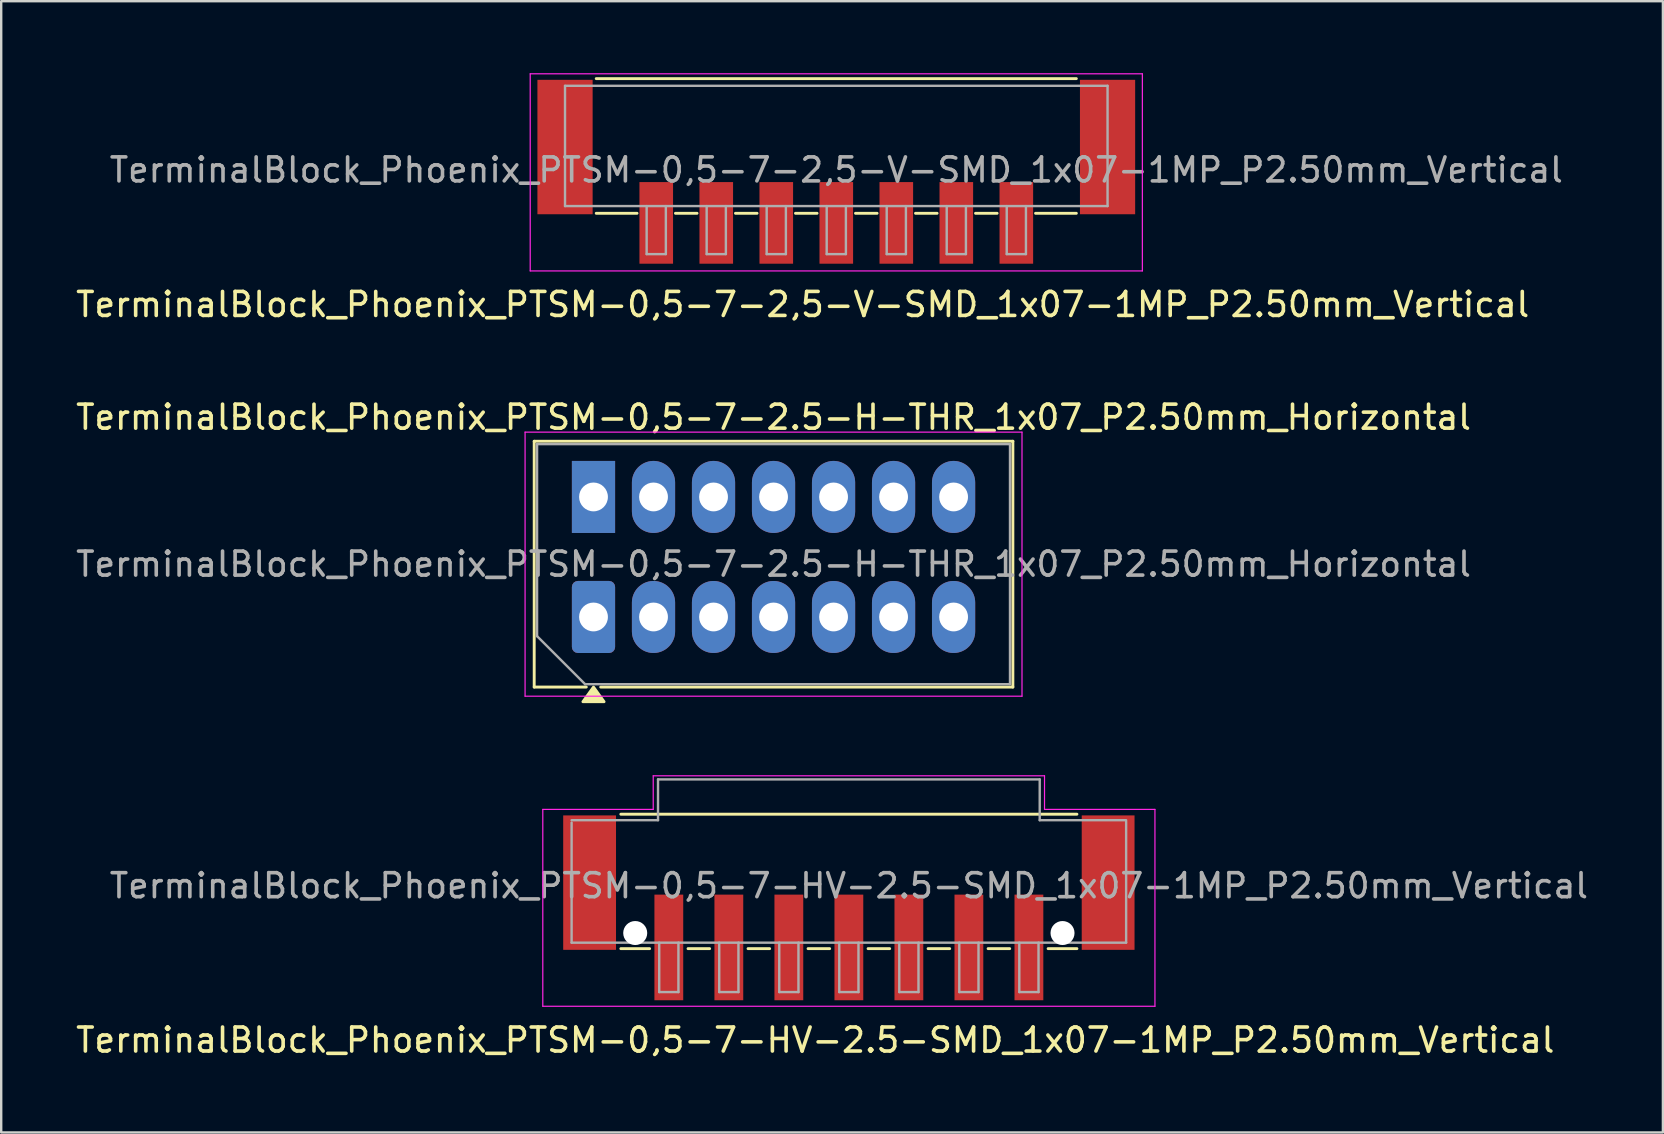
<source format=kicad_pcb>
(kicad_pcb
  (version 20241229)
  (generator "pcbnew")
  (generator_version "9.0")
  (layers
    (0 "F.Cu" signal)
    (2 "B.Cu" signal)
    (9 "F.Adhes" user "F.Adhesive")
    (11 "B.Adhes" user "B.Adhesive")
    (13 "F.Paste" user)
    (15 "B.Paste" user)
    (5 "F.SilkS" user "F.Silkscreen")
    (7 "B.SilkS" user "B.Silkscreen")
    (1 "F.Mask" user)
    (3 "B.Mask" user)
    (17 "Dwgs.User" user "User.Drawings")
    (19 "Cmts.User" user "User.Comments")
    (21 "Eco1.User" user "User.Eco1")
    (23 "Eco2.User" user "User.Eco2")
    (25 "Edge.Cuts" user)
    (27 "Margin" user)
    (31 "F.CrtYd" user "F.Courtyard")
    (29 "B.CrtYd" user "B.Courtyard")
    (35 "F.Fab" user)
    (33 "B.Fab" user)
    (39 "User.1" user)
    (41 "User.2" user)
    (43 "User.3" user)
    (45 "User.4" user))
  (footprint "TerminalBlock_Phoenix_PTSM-0,5-7-2,5-V-SMD_1x07-1MP_P2.50mm_Vertical"
    (layer "F.Cu")
    (at 31.787 4.105)
    (property "Reference" "TerminalBlock_Phoenix_PTSM-0,5-7-2,5-V-SMD_1x07-1MP_P2.50mm_Vertical" (at -1.4 5.53 0) (layer "F.SilkS") (effects (font (size 1 1) (thickness 0.15))))
    (attr smd)
    (fp_line (start -10 -3.88) (end 10 -3.88) (stroke (width 0.12) (type solid)) (layer "F.SilkS"))
    (fp_line (start -8.3 1.73) (end -10 1.73) (stroke (width 0.12) (type solid)) (layer "F.SilkS"))
    (fp_line (start -5.8 1.73) (end -6.7 1.73) (stroke (width 0.12) (type solid)) (layer "F.SilkS"))
    (fp_line (start -3.3 1.73) (end -4.2 1.73) (stroke (width 0.12) (type solid)) (layer "F.SilkS"))
    (fp_line (start -0.8 1.73) (end -1.7 1.73) (stroke (width 0.12) (type solid)) (layer "F.SilkS"))
    (fp_line (start 1.7 1.73) (end 0.8 1.73) (stroke (width 0.12) (type solid)) (layer "F.SilkS"))
    (fp_line (start 4.2 1.73) (end 3.3 1.73) (stroke (width 0.12) (type solid)) (layer "F.SilkS"))
    (fp_line (start 6.7 1.73) (end 5.8 1.73) (stroke (width 0.12) (type solid)) (layer "F.SilkS"))
    (fp_line (start 10 1.73) (end 8.3 1.73) (stroke (width 0.12) (type solid)) (layer "F.SilkS"))
    (fp_line (start -12.75 -4.08) (end 12.75 -4.08) (stroke (width 0.05) (type solid)) (layer "F.CrtYd"))
    (fp_line (start -12.75 4.13) (end -12.75 -4.08) (stroke (width 0.05) (type solid)) (layer "F.CrtYd"))
    (fp_line (start 12.75 -4.08) (end 12.75 4.13) (stroke (width 0.05) (type solid)) (layer "F.CrtYd"))
    (fp_line (start 12.75 4.13) (end -12.75 4.13) (stroke (width 0.05) (type solid)) (layer "F.CrtYd"))
    (fp_line (start -11.3 -3.58) (end 11.3 -3.58) (stroke (width 0.1) (type solid)) (layer "F.Fab"))
    (fp_line (start -11.3 1.43) (end -11.3 -3.58) (stroke (width 0.1) (type solid)) (layer "F.Fab"))
    (fp_line (start -7.9 1.43) (end -7.9 3.43) (stroke (width 0.1) (type solid)) (layer "F.Fab"))
    (fp_line (start -7.9 3.43) (end -7.1 3.43) (stroke (width 0.1) (type solid)) (layer "F.Fab"))
    (fp_line (start -7.1 1.43) (end -7.1 3.43) (stroke (width 0.1) (type solid)) (layer "F.Fab"))
    (fp_line (start -5.4 1.43) (end -5.4 3.43) (stroke (width 0.1) (type solid)) (layer "F.Fab"))
    (fp_line (start -5.4 3.43) (end -4.6 3.43) (stroke (width 0.1) (type solid)) (layer "F.Fab"))
    (fp_line (start -4.6 1.43) (end -4.6 3.43) (stroke (width 0.1) (type solid)) (layer "F.Fab"))
    (fp_line (start -2.9 1.43) (end -2.9 3.43) (stroke (width 0.1) (type solid)) (layer "F.Fab"))
    (fp_line (start -2.9 3.43) (end -2.1 3.43) (stroke (width 0.1) (type solid)) (layer "F.Fab"))
    (fp_line (start -2.1 1.43) (end -2.1 3.43) (stroke (width 0.1) (type solid)) (layer "F.Fab"))
    (fp_line (start -0.4 1.43) (end -0.4 3.43) (stroke (width 0.1) (type solid)) (layer "F.Fab"))
    (fp_line (start -0.4 3.43) (end 0.4 3.43) (stroke (width 0.1) (type solid)) (layer "F.Fab"))
    (fp_line (start 0.4 1.43) (end 0.4 3.43) (stroke (width 0.1) (type solid)) (layer "F.Fab"))
    (fp_line (start 2.1 1.43) (end 2.1 3.43) (stroke (width 0.1) (type solid)) (layer "F.Fab"))
    (fp_line (start 2.1 3.43) (end 2.9 3.43) (stroke (width 0.1) (type solid)) (layer "F.Fab"))
    (fp_line (start 2.9 1.43) (end 2.9 3.43) (stroke (width 0.1) (type solid)) (layer "F.Fab"))
    (fp_line (start 4.6 1.43) (end 4.6 3.43) (stroke (width 0.1) (type solid)) (layer "F.Fab"))
    (fp_line (start 4.6 3.43) (end 5.4 3.43) (stroke (width 0.1) (type solid)) (layer "F.Fab"))
    (fp_line (start 5.4 1.43) (end 5.4 3.43) (stroke (width 0.1) (type solid)) (layer "F.Fab"))
    (fp_line (start 7.1 1.43) (end 7.1 3.43) (stroke (width 0.1) (type solid)) (layer "F.Fab"))
    (fp_line (start 7.1 3.43) (end 7.9 3.43) (stroke (width 0.1) (type solid)) (layer "F.Fab"))
    (fp_line (start 7.9 1.43) (end 7.9 3.43) (stroke (width 0.1) (type solid)) (layer "F.Fab"))
    (fp_line (start 11.3 1.43) (end -11.3 1.43) (stroke (width 0.1) (type solid)) (layer "F.Fab"))
    (fp_line (start 11.3 1.43) (end 11.3 -3.58) (stroke (width 0.1) (type solid)) (layer "F.Fab"))
    (fp_text user "${REFERENCE}" (at 0 -0.075 0) (layer "F.Fab") (effects (font (size 1 1) (thickness 0.15))))
    (pad "1" smd rect (at -7.5 2.13 180) (size 1.4 3.4) (layers "F.Cu" "F.Mask" "F.Paste"))
    (pad "2" smd rect (at -5 2.13 180) (size 1.4 3.4) (layers "F.Cu" "F.Mask" "F.Paste"))
    (pad "3" smd rect (at -2.5 2.13 180) (size 1.4 3.4) (layers "F.Cu" "F.Mask" "F.Paste"))
    (pad "4" smd rect (at 0 2.13 180) (size 1.4 3.4) (layers "F.Cu" "F.Mask" "F.Paste"))
    (pad "5" smd rect (at 2.5 2.13 180) (size 1.4 3.4) (layers "F.Cu" "F.Mask" "F.Paste"))
    (pad "6" smd rect (at 5 2.13 180) (size 1.4 3.4) (layers "F.Cu" "F.Mask" "F.Paste"))
    (pad "7" smd rect (at 7.5 2.13 180) (size 1.4 3.4) (layers "F.Cu" "F.Mask" "F.Paste"))
    (pad "MP" smd rect (at -11.3 -1.03 180) (size 2.3 5.6) (layers "F.Cu" "F.Mask" "F.Paste"))
    (pad "MP" smd rect (at 11.3 -1.03 180) (size 2.3 5.6) (layers "F.Cu" "F.Mask" "F.Paste")))
  (footprint "TerminalBlock_Phoenix_PTSM-0,5-7-2.5-H-THR_1x07_P2.50mm_Horizontal"
    (layer "F.Cu")
    (at 21.673 22.651)
    (property "Reference" "TerminalBlock_Phoenix_PTSM-0,5-7-2.5-H-THR_1x07_P2.50mm_Horizontal" (at 7.5 -8.32 0) (layer "F.SilkS") (effects (font (size 1 1) (thickness 0.15))))
    (attr through_hole)
    (fp_line (start -2.47 -7.32) (end 17.47 -7.32) (stroke (width 0.12) (type solid)) (layer "F.SilkS"))
    (fp_line (start -2.47 2.92) (end -2.47 -7.32) (stroke (width 0.12) (type solid)) (layer "F.SilkS"))
    (fp_line (start -0.3 2.92) (end -2.47 2.92) (stroke (width 0.12) (type solid)) (layer "F.SilkS"))
    (fp_line (start 17.47 -7.32) (end 17.47 2.92) (stroke (width 0.12) (type solid)) (layer "F.SilkS"))
    (fp_line (start 17.47 2.92) (end 0.3 2.92) (stroke (width 0.12) (type solid)) (layer "F.SilkS"))
    (fp_poly (pts (xy 0 2.92) (xy 0.44 3.53) (xy -0.44 3.53)) (stroke (width 0.12) (type solid)) (fill yes) (layer "F.SilkS"))
    (fp_line (start -2.85 -7.7) (end -2.85 3.3) (stroke (width 0.05) (type solid)) (layer "F.CrtYd"))
    (fp_line (start -2.85 3.3) (end 17.85 3.3) (stroke (width 0.05) (type solid)) (layer "F.CrtYd"))
    (fp_line (start 17.85 -7.7) (end -2.85 -7.7) (stroke (width 0.05) (type solid)) (layer "F.CrtYd"))
    (fp_line (start 17.85 3.3) (end 17.85 -7.7) (stroke (width 0.05) (type solid)) (layer "F.CrtYd"))
    (fp_line (start -2.35 -7.2) (end 17.35 -7.2) (stroke (width 0.1) (type solid)) (layer "F.Fab"))
    (fp_line (start -2.35 0.8) (end -2.35 -7.2) (stroke (width 0.1) (type solid)) (layer "F.Fab"))
    (fp_line (start -0.35 2.8) (end -2.35 0.8) (stroke (width 0.1) (type solid)) (layer "F.Fab"))
    (fp_line (start 17.35 -7.2) (end 17.35 2.8) (stroke (width 0.1) (type solid)) (layer "F.Fab"))
    (fp_line (start 17.35 2.8) (end -0.35 2.8) (stroke (width 0.1) (type solid)) (layer "F.Fab"))
    (fp_text user "${REFERENCE}" (at 7.5 -2.2 0) (layer "F.Fab") (effects (font (size 1 1) (thickness 0.15))))
    (pad "1" thru_hole rect (at 0 -5) (size 1.8 3) (drill 1.2) (layers "*.Cu" "*.Mask"))
    (pad "1" thru_hole roundrect (at 0 0) (size 1.8 3) (drill 1.2) (layers "*.Cu" "*.Mask") (roundrect_rratio 0.139))
    (pad "2" thru_hole oval (at 2.5 -5) (size 1.8 3) (drill 1.2) (layers "*.Cu" "*.Mask"))
    (pad "2" thru_hole oval (at 2.5 0) (size 1.8 3) (drill 1.2) (layers "*.Cu" "*.Mask"))
    (pad "3" thru_hole oval (at 5 -5) (size 1.8 3) (drill 1.2) (layers "*.Cu" "*.Mask"))
    (pad "3" thru_hole oval (at 5 0) (size 1.8 3) (drill 1.2) (layers "*.Cu" "*.Mask"))
    (pad "4" thru_hole oval (at 7.5 -5) (size 1.8 3) (drill 1.2) (layers "*.Cu" "*.Mask"))
    (pad "4" thru_hole oval (at 7.5 0) (size 1.8 3) (drill 1.2) (layers "*.Cu" "*.Mask"))
    (pad "5" thru_hole oval (at 10 -5) (size 1.8 3) (drill 1.2) (layers "*.Cu" "*.Mask"))
    (pad "5" thru_hole oval (at 10 0) (size 1.8 3) (drill 1.2) (layers "*.Cu" "*.Mask"))
    (pad "6" thru_hole oval (at 12.5 -5) (size 1.8 3) (drill 1.2) (layers "*.Cu" "*.Mask"))
    (pad "6" thru_hole oval (at 12.5 0) (size 1.8 3) (drill 1.2) (layers "*.Cu" "*.Mask"))
    (pad "7" thru_hole oval (at 15 -5) (size 1.8 3) (drill 1.2) (layers "*.Cu" "*.Mask"))
    (pad "7" thru_hole oval (at 15 0) (size 1.8 3) (drill 1.2) (layers "*.Cu" "*.Mask")))
  (footprint "TerminalBlock_Phoenix_PTSM-0,5-7-HV-2.5-SMD_1x07-1MP_P2.50mm_Vertical"
    (layer "F.Cu")
    (at 32.311 34.767)
    (property "Reference" "TerminalBlock_Phoenix_PTSM-0,5-7-HV-2.5-SMD_1x07-1MP_P2.50mm_Vertical" (at -1.4 5.51 0) (layer "F.SilkS") (effects (font (size 1 1) (thickness 0.15))))
    (attr smd)
    (fp_line (start -9.5 -3.9) (end 9.5 -3.9) (stroke (width 0.12) (type solid)) (layer "F.SilkS"))
    (fp_line (start -8.3 1.7) (end -9.5 1.7) (stroke (width 0.12) (type solid)) (layer "F.SilkS"))
    (fp_line (start -5.8 1.7) (end -6.7 1.7) (stroke (width 0.12) (type solid)) (layer "F.SilkS"))
    (fp_line (start -3.3 1.7) (end -4.2 1.7) (stroke (width 0.12) (type solid)) (layer "F.SilkS"))
    (fp_line (start -0.8 1.7) (end -1.7 1.7) (stroke (width 0.12) (type solid)) (layer "F.SilkS"))
    (fp_line (start 1.7 1.7) (end 0.8 1.7) (stroke (width 0.12) (type solid)) (layer "F.SilkS"))
    (fp_line (start 4.2 1.7) (end 3.3 1.7) (stroke (width 0.12) (type solid)) (layer "F.SilkS"))
    (fp_line (start 6.7 1.7) (end 5.8 1.7) (stroke (width 0.12) (type solid)) (layer "F.SilkS"))
    (fp_line (start 9.5 1.7) (end 8.3 1.7) (stroke (width 0.12) (type solid)) (layer "F.SilkS"))
    (fp_line (start -12.75 -4.1) (end -8.15 -4.1) (stroke (width 0.05) (type solid)) (layer "F.CrtYd"))
    (fp_line (start -12.75 4.1) (end -12.75 -4.1) (stroke (width 0.05) (type solid)) (layer "F.CrtYd"))
    (fp_line (start -8.15 -5.5) (end 8.15 -5.5) (stroke (width 0.05) (type solid)) (layer "F.CrtYd"))
    (fp_line (start -8.15 -4.1) (end -8.15 -5.5) (stroke (width 0.05) (type solid)) (layer "F.CrtYd"))
    (fp_line (start 8.15 -4.1) (end 8.15 -5.5) (stroke (width 0.05) (type solid)) (layer "F.CrtYd"))
    (fp_line (start 12.75 -4.1) (end 8.15 -4.1) (stroke (width 0.05) (type solid)) (layer "F.CrtYd"))
    (fp_line (start 12.75 -4.1) (end 12.75 4.1) (stroke (width 0.05) (type solid)) (layer "F.CrtYd"))
    (fp_line (start 12.75 4.1) (end -12.75 4.1) (stroke (width 0.05) (type solid)) (layer "F.CrtYd"))
    (fp_line (start -11.55 -3.65) (end -7.95 -3.65) (stroke (width 0.1) (type solid)) (layer "F.Fab"))
    (fp_line (start -11.55 1.45) (end -11.55 -3.55) (stroke (width 0.1) (type solid)) (layer "F.Fab"))
    (fp_line (start -7.95 -5.35) (end 7.95 -5.35) (stroke (width 0.1) (type solid)) (layer "F.Fab"))
    (fp_line (start -7.95 -3.65) (end -7.95 -5.35) (stroke (width 0.1) (type solid)) (layer "F.Fab"))
    (fp_line (start -7.9 1.45) (end -7.9 3.51) (stroke (width 0.1) (type solid)) (layer "F.Fab"))
    (fp_line (start -7.9 3.51) (end -7.1 3.51) (stroke (width 0.1) (type solid)) (layer "F.Fab"))
    (fp_line (start -7.1 1.45) (end -7.1 3.51) (stroke (width 0.1) (type solid)) (layer "F.Fab"))
    (fp_line (start -5.4 1.45) (end -5.4 3.51) (stroke (width 0.1) (type solid)) (layer "F.Fab"))
    (fp_line (start -5.4 3.51) (end -4.6 3.51) (stroke (width 0.1) (type solid)) (layer "F.Fab"))
    (fp_line (start -4.6 1.45) (end -4.6 3.51) (stroke (width 0.1) (type solid)) (layer "F.Fab"))
    (fp_line (start -2.9 1.45) (end -2.9 3.51) (stroke (width 0.1) (type solid)) (layer "F.Fab"))
    (fp_line (start -2.9 3.51) (end -2.1 3.51) (stroke (width 0.1) (type solid)) (layer "F.Fab"))
    (fp_line (start -2.1 1.45) (end -2.1 3.51) (stroke (width 0.1) (type solid)) (layer "F.Fab"))
    (fp_line (start -0.4 1.45) (end -0.4 3.51) (stroke (width 0.1) (type solid)) (layer "F.Fab"))
    (fp_line (start -0.4 3.51) (end 0.4 3.51) (stroke (width 0.1) (type solid)) (layer "F.Fab"))
    (fp_line (start 0.4 1.45) (end 0.4 3.51) (stroke (width 0.1) (type solid)) (layer "F.Fab"))
    (fp_line (start 2.1 1.45) (end 2.1 3.51) (stroke (width 0.1) (type solid)) (layer "F.Fab"))
    (fp_line (start 2.1 3.51) (end 2.9 3.51) (stroke (width 0.1) (type solid)) (layer "F.Fab"))
    (fp_line (start 2.9 1.45) (end 2.9 3.51) (stroke (width 0.1) (type solid)) (layer "F.Fab"))
    (fp_line (start 4.6 1.45) (end 4.6 3.51) (stroke (width 0.1) (type solid)) (layer "F.Fab"))
    (fp_line (start 4.6 3.51) (end 5.4 3.51) (stroke (width 0.1) (type solid)) (layer "F.Fab"))
    (fp_line (start 5.4 1.45) (end 5.4 3.51) (stroke (width 0.1) (type solid)) (layer "F.Fab"))
    (fp_line (start 7.1 1.45) (end 7.1 3.51) (stroke (width 0.1) (type solid)) (layer "F.Fab"))
    (fp_line (start 7.1 3.51) (end 7.9 3.51) (stroke (width 0.1) (type solid)) (layer "F.Fab"))
    (fp_line (start 7.9 1.45) (end 7.9 3.51) (stroke (width 0.1) (type solid)) (layer "F.Fab"))
    (fp_line (start 7.95 -5.35) (end 7.95 -3.65) (stroke (width 0.1) (type solid)) (layer "F.Fab"))
    (fp_line (start 7.95 -3.65) (end 11.55 -3.65) (stroke (width 0.1) (type solid)) (layer "F.Fab"))
    (fp_line (start 11.55 1.45) (end -11.55 1.45) (stroke (width 0.1) (type solid)) (layer "F.Fab"))
    (fp_line (start 11.55 1.45) (end 11.55 -3.6) (stroke (width 0.1) (type solid)) (layer "F.Fab"))
    (fp_text user "${REFERENCE}" (at 0 -0.92 0) (layer "F.Fab") (effects (font (size 1 1) (thickness 0.15))))
    (pad "" np_thru_hole circle (at -8.9 1.05) (size 1 1) (drill 1) (layers "*.Cu" "*.Mask"))
    (pad "" np_thru_hole circle (at 8.9 1.05) (size 1 1) (drill 1) (layers "*.Cu" "*.Mask"))
    (pad "1" smd rect (at -7.5 1.65 180) (size 1.2 4.4) (layers "F.Cu" "F.Mask" "F.Paste"))
    (pad "2" smd rect (at -5 1.65 180) (size 1.2 4.4) (layers "F.Cu" "F.Mask" "F.Paste"))
    (pad "3" smd rect (at -2.5 1.65 180) (size 1.2 4.4) (layers "F.Cu" "F.Mask" "F.Paste"))
    (pad "4" smd rect (at 0 1.65 180) (size 1.2 4.4) (layers "F.Cu" "F.Mask" "F.Paste"))
    (pad "5" smd rect (at 2.5 1.65 180) (size 1.2 4.4) (layers "F.Cu" "F.Mask" "F.Paste"))
    (pad "6" smd rect (at 5 1.65 180) (size 1.2 4.4) (layers "F.Cu" "F.Mask" "F.Paste"))
    (pad "7" smd rect (at 7.5 1.65 180) (size 1.2 4.4) (layers "F.Cu" "F.Mask" "F.Paste"))
    (pad "MP" smd rect (at -10.8 -1.05 180) (size 2.2 5.6) (layers "F.Cu" "F.Mask" "F.Paste"))
    (pad "MP" smd rect (at 10.8 -1.05 180) (size 2.2 5.6) (layers "F.Cu" "F.Mask" "F.Paste")))
  (gr_rect
    (start -3 -3)
    (end 66.221 44.125)
    (stroke (width 0.1) (type default))
    (fill no)
    (layer "Edge.Cuts")))
</source>
